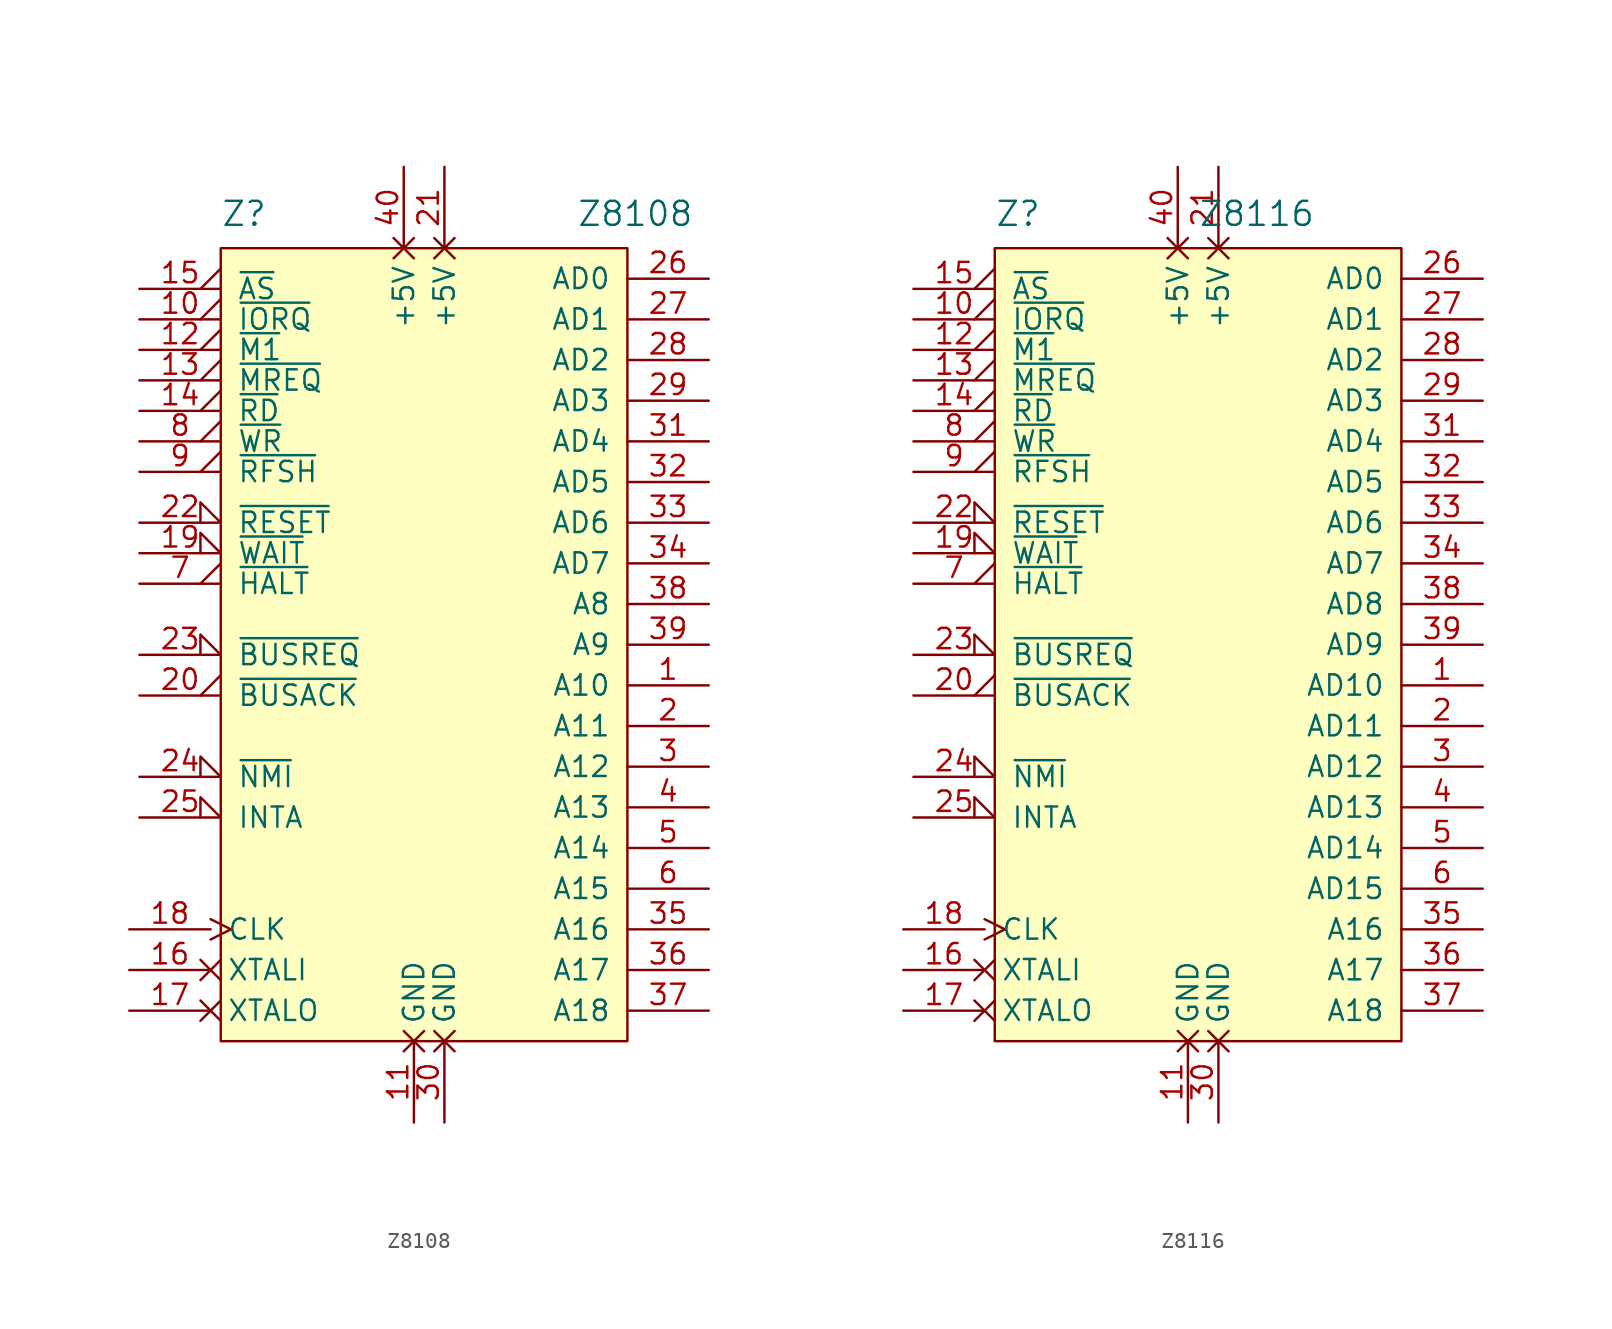
<source format=kicad_sym>
(kicad_symbol_lib
  (version 20211014)
  (generator kicad_symbol_editor)
  (symbol "Z8108"
    (pin_names
      (offset 1.016))
    (property "Reference" "Z"
      (at 0 1.27 0)
      (effects (font (size 1.499 1.499)) (justify left bottom)))
    (property "Value" "Z8108"
      (at 22.225 1.27 0)
      (effects (font (size 1.499 1.499)) (justify left bottom)))
    (symbol "Z8108_1_0"
      (rectangle (start 0 0) (end 25.4 -49.53) (stroke (width 0) (type default) (color 0 0 0 0)) (fill (type background)))
      (pin output line (at 30.48 -27.305 180) (length 5.08) (name "A10" (effects (font (size 1.27 1.27)))) (number "1" (effects (font (size 1.27 1.27)))))
      (pin output output_low (at -5.08 -4.445 0) (length 5.08) (name "~{IORQ}" (effects (font (size 1.27 1.27)))) (number "10" (effects (font (size 1.27 1.27)))))
      (pin power_in non_logic (at 12.065 -54.61 90) (length 5.08) (name "GND" (effects (font (size 1.27 1.27)))) (number "11" (effects (font (size 1.27 1.27)))))
      (pin output output_low (at -5.08 -6.35 0) (length 5.08) (name "~{M1}" (effects (font (size 1.27 1.27)))) (number "12" (effects (font (size 1.27 1.27)))))
      (pin output output_low (at -5.08 -8.255 0) (length 5.08) (name "~{MREQ}" (effects (font (size 1.27 1.27)))) (number "13" (effects (font (size 1.27 1.27)))))
      (pin output output_low (at -5.08 -10.16 0) (length 5.08) (name "~{RD}" (effects (font (size 1.27 1.27)))) (number "14" (effects (font (size 1.27 1.27)))))
      (pin output output_low (at -5.08 -2.54 0) (length 5.08) (name "~{AS}" (effects (font (size 1.27 1.27)))) (number "15" (effects (font (size 1.27 1.27)))))
      (pin input non_logic (at -5.715 -45.085 0) (length 5.08) (name "XTALI" (effects (font (size 1.27 1.27)))) (number "16" (effects (font (size 1.27 1.27)))))
      (pin output non_logic (at -5.715 -47.625 0) (length 5.08) (name "XTALO" (effects (font (size 1.27 1.27)))) (number "17" (effects (font (size 1.27 1.27)))))
      (pin output clock (at -5.715 -42.545 0) (length 5.08) (name "CLK" (effects (font (size 1.27 1.27)))) (number "18" (effects (font (size 1.27 1.27)))))
      (pin input input_low (at -5.08 -19.05 0) (length 5.08) (name "~{WAIT}" (effects (font (size 1.27 1.27)))) (number "19" (effects (font (size 1.27 1.27)))))
      (pin output line (at 30.48 -29.845 180) (length 5.08) (name "A11" (effects (font (size 1.27 1.27)))) (number "2" (effects (font (size 1.27 1.27)))))
      (pin output output_low (at -5.08 -27.94 0) (length 5.08) (name "~{BUSACK}" (effects (font (size 1.27 1.27)))) (number "20" (effects (font (size 1.27 1.27)))))
      (pin power_in non_logic (at 13.97 5.08 270) (length 5.08) (name "+5V" (effects (font (size 1.27 1.27)))) (number "21" (effects (font (size 1.27 1.27)))))
      (pin input input_low (at -5.08 -17.145 0) (length 5.08) (name "~{RESET}" (effects (font (size 1.27 1.27)))) (number "22" (effects (font (size 1.27 1.27)))))
      (pin input input_low (at -5.08 -25.4 0) (length 5.08) (name "~{BUSREQ}" (effects (font (size 1.27 1.27)))) (number "23" (effects (font (size 1.27 1.27)))))
      (pin input input_low (at -5.08 -33.02 0) (length 5.08) (name "~{NMI}" (effects (font (size 1.27 1.27)))) (number "24" (effects (font (size 1.27 1.27)))))
      (pin input input_low (at -5.08 -35.56 0) (length 5.08) (name "INTA" (effects (font (size 1.27 1.27)))) (number "25" (effects (font (size 1.27 1.27)))))
      (pin bidirectional line (at 30.48 -1.905 180) (length 5.08) (name "AD0" (effects (font (size 1.27 1.27)))) (number "26" (effects (font (size 1.27 1.27)))))
      (pin bidirectional line (at 30.48 -4.445 180) (length 5.08) (name "AD1" (effects (font (size 1.27 1.27)))) (number "27" (effects (font (size 1.27 1.27)))))
      (pin bidirectional line (at 30.48 -6.985 180) (length 5.08) (name "AD2" (effects (font (size 1.27 1.27)))) (number "28" (effects (font (size 1.27 1.27)))))
      (pin bidirectional line (at 30.48 -9.525 180) (length 5.08) (name "AD3" (effects (font (size 1.27 1.27)))) (number "29" (effects (font (size 1.27 1.27)))))
      (pin output line (at 30.48 -32.385 180) (length 5.08) (name "A12" (effects (font (size 1.27 1.27)))) (number "3" (effects (font (size 1.27 1.27)))))
      (pin power_in non_logic (at 13.97 -54.61 90) (length 5.08) (name "GND" (effects (font (size 1.27 1.27)))) (number "30" (effects (font (size 1.27 1.27)))))
      (pin bidirectional line (at 30.48 -12.065 180) (length 5.08) (name "AD4" (effects (font (size 1.27 1.27)))) (number "31" (effects (font (size 1.27 1.27)))))
      (pin bidirectional line (at 30.48 -14.605 180) (length 5.08) (name "AD5" (effects (font (size 1.27 1.27)))) (number "32" (effects (font (size 1.27 1.27)))))
      (pin bidirectional line (at 30.48 -17.145 180) (length 5.08) (name "AD6" (effects (font (size 1.27 1.27)))) (number "33" (effects (font (size 1.27 1.27)))))
      (pin bidirectional line (at 30.48 -19.685 180) (length 5.08) (name "AD7" (effects (font (size 1.27 1.27)))) (number "34" (effects (font (size 1.27 1.27)))))
      (pin output line (at 30.48 -42.545 180) (length 5.08) (name "A16" (effects (font (size 1.27 1.27)))) (number "35" (effects (font (size 1.27 1.27)))))
      (pin output line (at 30.48 -45.085 180) (length 5.08) (name "A17" (effects (font (size 1.27 1.27)))) (number "36" (effects (font (size 1.27 1.27)))))
      (pin output line (at 30.48 -47.625 180) (length 5.08) (name "A18" (effects (font (size 1.27 1.27)))) (number "37" (effects (font (size 1.27 1.27)))))
      (pin output line (at 30.48 -22.225 180) (length 5.08) (name "A8" (effects (font (size 1.27 1.27)))) (number "38" (effects (font (size 1.27 1.27)))))
      (pin output line (at 30.48 -24.765 180) (length 5.08) (name "A9" (effects (font (size 1.27 1.27)))) (number "39" (effects (font (size 1.27 1.27)))))
      (pin output line (at 30.48 -34.925 180) (length 5.08) (name "A13" (effects (font (size 1.27 1.27)))) (number "4" (effects (font (size 1.27 1.27)))))
      (pin power_in non_logic (at 11.43 5.08 270) (length 5.08) (name "+5V" (effects (font (size 1.27 1.27)))) (number "40" (effects (font (size 1.27 1.27)))))
      (pin output line (at 30.48 -37.465 180) (length 5.08) (name "A14" (effects (font (size 1.27 1.27)))) (number "5" (effects (font (size 1.27 1.27)))))
      (pin output line (at 30.48 -40.005 180) (length 5.08) (name "A15" (effects (font (size 1.27 1.27)))) (number "6" (effects (font (size 1.27 1.27)))))
      (pin output output_low (at -5.08 -20.955 0) (length 5.08) (name "~{HALT}" (effects (font (size 1.27 1.27)))) (number "7" (effects (font (size 1.27 1.27)))))
      (pin output output_low (at -5.08 -12.065 0) (length 5.08) (name "~{WR}" (effects (font (size 1.27 1.27)))) (number "8" (effects (font (size 1.27 1.27)))))
      (pin output output_low (at -5.08 -13.97 0) (length 5.08) (name "~{RFSH}" (effects (font (size 1.27 1.27)))) (number "9" (effects (font (size 1.27 1.27)))))))
  (symbol "Z8116"
    (pin_names
      (offset 1.016))
    (property "Reference" "Z"
      (at 0 1.27 0)
      (effects (font (size 1.499 1.499)) (justify left bottom)))
    (property "Value" "Z8116"
      (at 12.7 1.27 0)
      (effects (font (size 1.499 1.499)) (justify left bottom)))
    (symbol "Z8116_1_1"
      (rectangle (start 0 0) (end 25.4 -49.53) (stroke (width 0) (type default) (color 0 0 0 0)) (fill (type background)))
      (pin bidirectional line (at 30.48 -27.305 180) (length 5.08) (name "AD10" (effects (font (size 1.27 1.27)))) (number "1" (effects (font (size 1.27 1.27)))))
      (pin output output_low (at -5.08 -4.445 0) (length 5.08) (name "~{IORQ}" (effects (font (size 1.27 1.27)))) (number "10" (effects (font (size 1.27 1.27)))))
      (pin power_in non_logic (at 12.065 -54.61 90) (length 5.08) (name "GND" (effects (font (size 1.27 1.27)))) (number "11" (effects (font (size 1.27 1.27)))))
      (pin output output_low (at -5.08 -6.35 0) (length 5.08) (name "~{M1}" (effects (font (size 1.27 1.27)))) (number "12" (effects (font (size 1.27 1.27)))))
      (pin output output_low (at -5.08 -8.255 0) (length 5.08) (name "~{MREQ}" (effects (font (size 1.27 1.27)))) (number "13" (effects (font (size 1.27 1.27)))))
      (pin output output_low (at -5.08 -10.16 0) (length 5.08) (name "~{RD}" (effects (font (size 1.27 1.27)))) (number "14" (effects (font (size 1.27 1.27)))))
      (pin output output_low (at -5.08 -2.54 0) (length 5.08) (name "~{AS}" (effects (font (size 1.27 1.27)))) (number "15" (effects (font (size 1.27 1.27)))))
      (pin input non_logic (at -5.715 -45.085 0) (length 5.08) (name "XTALI" (effects (font (size 1.27 1.27)))) (number "16" (effects (font (size 1.27 1.27)))))
      (pin output non_logic (at -5.715 -47.625 0) (length 5.08) (name "XTALO" (effects (font (size 1.27 1.27)))) (number "17" (effects (font (size 1.27 1.27)))))
      (pin output clock (at -5.715 -42.545 0) (length 5.08) (name "CLK" (effects (font (size 1.27 1.27)))) (number "18" (effects (font (size 1.27 1.27)))))
      (pin input input_low (at -5.08 -19.05 0) (length 5.08) (name "~{WAIT}" (effects (font (size 1.27 1.27)))) (number "19" (effects (font (size 1.27 1.27)))))
      (pin bidirectional line (at 30.48 -29.845 180) (length 5.08) (name "AD11" (effects (font (size 1.27 1.27)))) (number "2" (effects (font (size 1.27 1.27)))))
      (pin output output_low (at -5.08 -27.94 0) (length 5.08) (name "~{BUSACK}" (effects (font (size 1.27 1.27)))) (number "20" (effects (font (size 1.27 1.27)))))
      (pin power_in non_logic (at 13.97 5.08 270) (length 5.08) (name "+5V" (effects (font (size 1.27 1.27)))) (number "21" (effects (font (size 1.27 1.27)))))
      (pin input input_low (at -5.08 -17.145 0) (length 5.08) (name "~{RESET}" (effects (font (size 1.27 1.27)))) (number "22" (effects (font (size 1.27 1.27)))))
      (pin input input_low (at -5.08 -25.4 0) (length 5.08) (name "~{BUSREQ}" (effects (font (size 1.27 1.27)))) (number "23" (effects (font (size 1.27 1.27)))))
      (pin input input_low (at -5.08 -33.02 0) (length 5.08) (name "~{NMI}" (effects (font (size 1.27 1.27)))) (number "24" (effects (font (size 1.27 1.27)))))
      (pin input input_low (at -5.08 -35.56 0) (length 5.08) (name "INTA" (effects (font (size 1.27 1.27)))) (number "25" (effects (font (size 1.27 1.27)))))
      (pin bidirectional line (at 30.48 -1.905 180) (length 5.08) (name "AD0" (effects (font (size 1.27 1.27)))) (number "26" (effects (font (size 1.27 1.27)))))
      (pin bidirectional line (at 30.48 -4.445 180) (length 5.08) (name "AD1" (effects (font (size 1.27 1.27)))) (number "27" (effects (font (size 1.27 1.27)))))
      (pin bidirectional line (at 30.48 -6.985 180) (length 5.08) (name "AD2" (effects (font (size 1.27 1.27)))) (number "28" (effects (font (size 1.27 1.27)))))
      (pin bidirectional line (at 30.48 -9.525 180) (length 5.08) (name "AD3" (effects (font (size 1.27 1.27)))) (number "29" (effects (font (size 1.27 1.27)))))
      (pin bidirectional line (at 30.48 -32.385 180) (length 5.08) (name "AD12" (effects (font (size 1.27 1.27)))) (number "3" (effects (font (size 1.27 1.27)))))
      (pin power_in non_logic (at 13.97 -54.61 90) (length 5.08) (name "GND" (effects (font (size 1.27 1.27)))) (number "30" (effects (font (size 1.27 1.27)))))
      (pin bidirectional line (at 30.48 -12.065 180) (length 5.08) (name "AD4" (effects (font (size 1.27 1.27)))) (number "31" (effects (font (size 1.27 1.27)))))
      (pin bidirectional line (at 30.48 -14.605 180) (length 5.08) (name "AD5" (effects (font (size 1.27 1.27)))) (number "32" (effects (font (size 1.27 1.27)))))
      (pin bidirectional line (at 30.48 -17.145 180) (length 5.08) (name "AD6" (effects (font (size 1.27 1.27)))) (number "33" (effects (font (size 1.27 1.27)))))
      (pin bidirectional line (at 30.48 -19.685 180) (length 5.08) (name "AD7" (effects (font (size 1.27 1.27)))) (number "34" (effects (font (size 1.27 1.27)))))
      (pin output line (at 30.48 -42.545 180) (length 5.08) (name "A16" (effects (font (size 1.27 1.27)))) (number "35" (effects (font (size 1.27 1.27)))))
      (pin output line (at 30.48 -45.085 180) (length 5.08) (name "A17" (effects (font (size 1.27 1.27)))) (number "36" (effects (font (size 1.27 1.27)))))
      (pin output line (at 30.48 -47.625 180) (length 5.08) (name "A18" (effects (font (size 1.27 1.27)))) (number "37" (effects (font (size 1.27 1.27)))))
      (pin bidirectional line (at 30.48 -22.225 180) (length 5.08) (name "AD8" (effects (font (size 1.27 1.27)))) (number "38" (effects (font (size 1.27 1.27)))))
      (pin output line (at 30.48 -24.765 180) (length 5.08) (name "AD9" (effects (font (size 1.27 1.27)))) (number "39" (effects (font (size 1.27 1.27)))))
      (pin bidirectional line (at 30.48 -34.925 180) (length 5.08) (name "AD13" (effects (font (size 1.27 1.27)))) (number "4" (effects (font (size 1.27 1.27)))))
      (pin power_in non_logic (at 11.43 5.08 270) (length 5.08) (name "+5V" (effects (font (size 1.27 1.27)))) (number "40" (effects (font (size 1.27 1.27)))))
      (pin bidirectional line (at 30.48 -37.465 180) (length 5.08) (name "AD14" (effects (font (size 1.27 1.27)))) (number "5" (effects (font (size 1.27 1.27)))))
      (pin bidirectional line (at 30.48 -40.005 180) (length 5.08) (name "AD15" (effects (font (size 1.27 1.27)))) (number "6" (effects (font (size 1.27 1.27)))))
      (pin output output_low (at -5.08 -20.955 0) (length 5.08) (name "~{HALT}" (effects (font (size 1.27 1.27)))) (number "7" (effects (font (size 1.27 1.27)))))
      (pin output output_low (at -5.08 -12.065 0) (length 5.08) (name "~{WR}" (effects (font (size 1.27 1.27)))) (number "8" (effects (font (size 1.27 1.27)))))
      (pin output output_low (at -5.08 -13.97 0) (length 5.08) (name "~{RFSH}" (effects (font (size 1.27 1.27)))) (number "9" (effects (font (size 1.27 1.27))))))))
</source>
